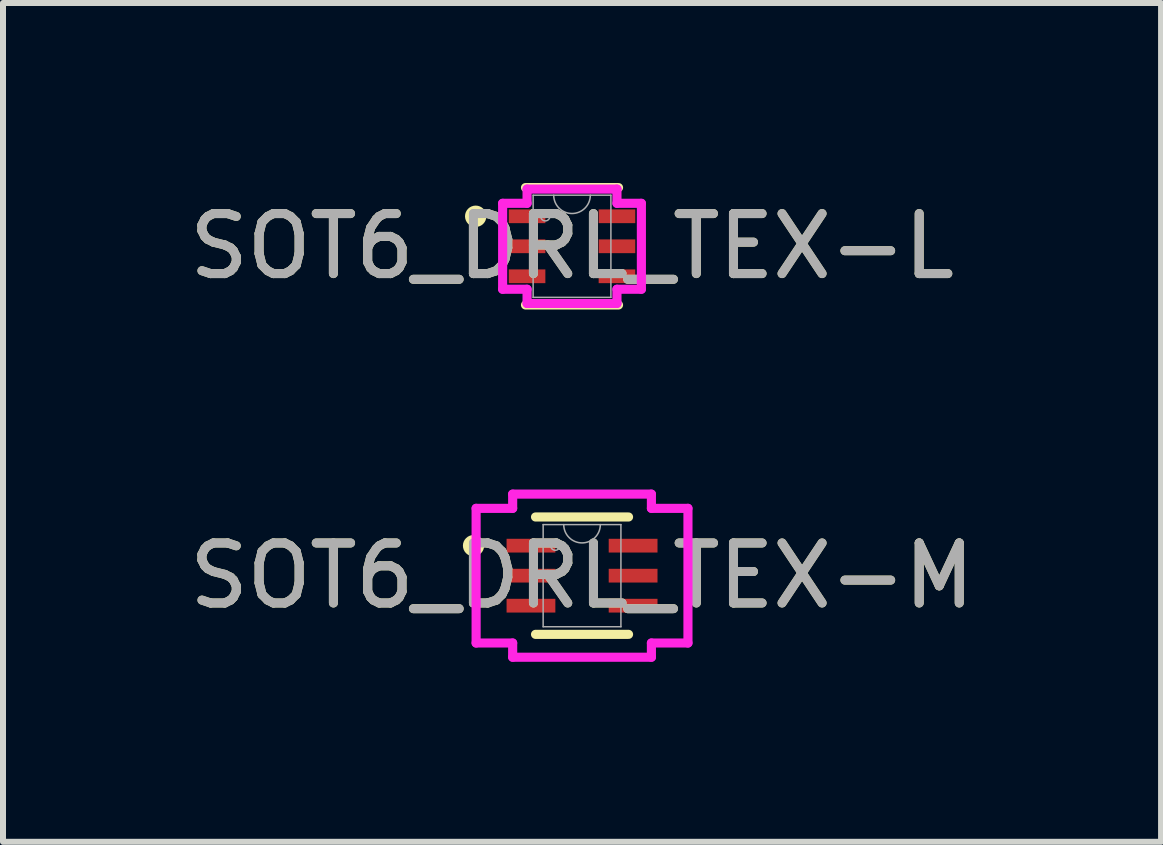
<source format=kicad_pcb>
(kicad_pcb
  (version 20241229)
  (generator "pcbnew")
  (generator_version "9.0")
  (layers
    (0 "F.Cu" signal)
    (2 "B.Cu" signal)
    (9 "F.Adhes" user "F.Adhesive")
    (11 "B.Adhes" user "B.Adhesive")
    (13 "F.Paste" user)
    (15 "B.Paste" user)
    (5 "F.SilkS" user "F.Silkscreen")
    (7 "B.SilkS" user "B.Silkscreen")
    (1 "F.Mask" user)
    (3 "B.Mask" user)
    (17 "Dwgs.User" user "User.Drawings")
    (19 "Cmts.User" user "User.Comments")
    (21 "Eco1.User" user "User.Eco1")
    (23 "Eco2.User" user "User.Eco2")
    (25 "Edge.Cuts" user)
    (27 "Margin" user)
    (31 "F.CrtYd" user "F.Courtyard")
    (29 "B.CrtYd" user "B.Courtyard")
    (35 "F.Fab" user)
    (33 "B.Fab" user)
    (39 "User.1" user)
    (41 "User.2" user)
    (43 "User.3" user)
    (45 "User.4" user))
  (footprint "SOT6_DRL_TEX-L"
    (layer "F.Cu")
    (at 6.482 1.054)
    (property "Reference" "SOT6_DRL_TEX-L" (at 0 0 0) (unlocked yes) (layer "F.SilkS") (effects (font (size 1 1) (thickness 0.15))))
    (attr smd)
    (fp_line (start -0.775 0.978) (end 0.775 0.978) (stroke (width 0.152) (type solid)) (layer "F.SilkS"))
    (fp_line (start 0.775 -0.978) (end -0.775 -0.978) (stroke (width 0.152) (type solid)) (layer "F.SilkS"))
    (fp_circle (center -1.605 -0.5) (end -1.503 -0.5) (stroke (width 0.152) (type solid)) (fill no) (layer "F.SilkS"))
    (fp_line (start -1.156 -0.716) (end -0.749 -0.716) (stroke (width 0.152) (type solid)) (layer "F.CrtYd"))
    (fp_line (start -1.156 0.716) (end -1.156 -0.716) (stroke (width 0.152) (type solid)) (layer "F.CrtYd"))
    (fp_line (start -1.156 0.716) (end -0.749 0.716) (stroke (width 0.152) (type solid)) (layer "F.CrtYd"))
    (fp_line (start -0.749 -0.953) (end 0.749 -0.953) (stroke (width 0.152) (type solid)) (layer "F.CrtYd"))
    (fp_line (start -0.749 -0.716) (end -0.749 -0.953) (stroke (width 0.152) (type solid)) (layer "F.CrtYd"))
    (fp_line (start -0.749 0.953) (end -0.749 0.716) (stroke (width 0.152) (type solid)) (layer "F.CrtYd"))
    (fp_line (start 0.749 -0.953) (end 0.749 -0.716) (stroke (width 0.152) (type solid)) (layer "F.CrtYd"))
    (fp_line (start 0.749 0.716) (end 0.749 0.953) (stroke (width 0.152) (type solid)) (layer "F.CrtYd"))
    (fp_line (start 0.749 0.953) (end -0.749 0.953) (stroke (width 0.152) (type solid)) (layer "F.CrtYd"))
    (fp_line (start 1.156 -0.716) (end 0.749 -0.716) (stroke (width 0.152) (type solid)) (layer "F.CrtYd"))
    (fp_line (start 1.156 -0.716) (end 1.156 0.716) (stroke (width 0.152) (type solid)) (layer "F.CrtYd"))
    (fp_line (start 1.156 0.716) (end 0.749 0.716) (stroke (width 0.152) (type solid)) (layer "F.CrtYd"))
    (fp_line (start -0.648 -0.851) (end -0.648 0.851) (stroke (width 0.025) (type solid)) (layer "F.Fab"))
    (fp_line (start -0.648 0.851) (end 0.648 0.851) (stroke (width 0.025) (type solid)) (layer "F.Fab"))
    (fp_line (start 0.648 -0.851) (end -0.648 -0.851) (stroke (width 0.025) (type solid)) (layer "F.Fab"))
    (fp_line (start 0.648 0.851) (end 0.648 -0.851) (stroke (width 0.025) (type solid)) (layer "F.Fab"))
    (fp_arc (start 0.3048 -0.8509) (mid 0 -0.5461) (end -0.3048 -0.8509) (stroke (width 0.0254) (type solid)) (layer "F.Fab"))
    (fp_circle (center -0.445 -0.5) (end -0.368 -0.5) (stroke (width 0.025) (type solid)) (fill no) (layer "F.Fab"))
    (fp_text user "${REFERENCE}" (at 0 0 0) (unlocked yes) (layer "F.Fab") (effects (font (size 1 1) (thickness 0.15))))
    (pad "1" smd rect (at -0.749 -0.5) (size 0.61 0.229) (layers "F.Cu" "F.Mask" "F.Paste"))
    (pad "2" smd rect (at -0.749 0) (size 0.61 0.229) (layers "F.Cu" "F.Mask" "F.Paste"))
    (pad "3" smd rect (at -0.749 0.5) (size 0.61 0.229) (layers "F.Cu" "F.Mask" "F.Paste"))
    (pad "4" smd rect (at 0.749 0.5) (size 0.61 0.229) (layers "F.Cu" "F.Mask" "F.Paste"))
    (pad "5" smd rect (at 0.749 0) (size 0.61 0.229) (layers "F.Cu" "F.Mask" "F.Paste"))
    (pad "6" smd rect (at 0.749 -0.5) (size 0.61 0.229) (layers "F.Cu" "F.Mask" "F.Paste")))
  (footprint "SOT6_DRL_TEX-M"
    (layer "F.Cu")
    (at 6.649 6.543)
    (property "Reference" "SOT6_DRL_TEX-M" (at 0 0 0) (unlocked yes) (layer "F.SilkS") (effects (font (size 1 1) (thickness 0.15))))
    (attr smd)
    (fp_line (start -0.775 0.978) (end 0.775 0.978) (stroke (width 0.152) (type solid)) (layer "F.SilkS"))
    (fp_line (start 0.775 -0.978) (end -0.775 -0.978) (stroke (width 0.152) (type solid)) (layer "F.SilkS"))
    (fp_circle (center -1.808 -0.5) (end -1.707 -0.5) (stroke (width 0.152) (type solid)) (fill no) (layer "F.SilkS"))
    (fp_line (start -1.765 -1.122) (end -1.156 -1.122) (stroke (width 0.152) (type solid)) (layer "F.CrtYd"))
    (fp_line (start -1.765 1.122) (end -1.765 -1.122) (stroke (width 0.152) (type solid)) (layer "F.CrtYd"))
    (fp_line (start -1.765 1.122) (end -1.156 1.122) (stroke (width 0.152) (type solid)) (layer "F.CrtYd"))
    (fp_line (start -1.156 -1.359) (end 1.156 -1.359) (stroke (width 0.152) (type solid)) (layer "F.CrtYd"))
    (fp_line (start -1.156 -1.122) (end -1.156 -1.359) (stroke (width 0.152) (type solid)) (layer "F.CrtYd"))
    (fp_line (start -1.156 1.359) (end -1.156 1.122) (stroke (width 0.152) (type solid)) (layer "F.CrtYd"))
    (fp_line (start 1.156 -1.359) (end 1.156 -1.122) (stroke (width 0.152) (type solid)) (layer "F.CrtYd"))
    (fp_line (start 1.156 1.122) (end 1.156 1.359) (stroke (width 0.152) (type solid)) (layer "F.CrtYd"))
    (fp_line (start 1.156 1.359) (end -1.156 1.359) (stroke (width 0.152) (type solid)) (layer "F.CrtYd"))
    (fp_line (start 1.765 -1.122) (end 1.156 -1.122) (stroke (width 0.152) (type solid)) (layer "F.CrtYd"))
    (fp_line (start 1.765 -1.122) (end 1.765 1.122) (stroke (width 0.152) (type solid)) (layer "F.CrtYd"))
    (fp_line (start 1.765 1.122) (end 1.156 1.122) (stroke (width 0.152) (type solid)) (layer "F.CrtYd"))
    (fp_line (start -0.648 -0.851) (end -0.648 0.851) (stroke (width 0.025) (type solid)) (layer "F.Fab"))
    (fp_line (start -0.648 0.851) (end 0.648 0.851) (stroke (width 0.025) (type solid)) (layer "F.Fab"))
    (fp_line (start 0.648 -0.851) (end -0.648 -0.851) (stroke (width 0.025) (type solid)) (layer "F.Fab"))
    (fp_line (start 0.648 0.851) (end 0.648 -0.851) (stroke (width 0.025) (type solid)) (layer "F.Fab"))
    (fp_arc (start 0.3048 -0.8509) (mid 0 -0.5461) (end -0.3048 -0.8509) (stroke (width 0.0254) (type solid)) (layer "F.Fab"))
    (fp_circle (center -0.445 -0.5) (end -0.368 -0.5) (stroke (width 0.025) (type solid)) (fill no) (layer "F.Fab"))
    (fp_text user "${REFERENCE}" (at 0 0 0) (unlocked yes) (layer "F.Fab") (effects (font (size 1 1) (thickness 0.15))))
    (pad "1" smd rect (at -0.851 -0.5) (size 0.813 0.229) (layers "F.Cu" "F.Mask" "F.Paste"))
    (pad "2" smd rect (at -0.851 0) (size 0.813 0.229) (layers "F.Cu" "F.Mask" "F.Paste"))
    (pad "3" smd rect (at -0.851 0.5) (size 0.813 0.229) (layers "F.Cu" "F.Mask" "F.Paste"))
    (pad "4" smd rect (at 0.851 0.5) (size 0.813 0.229) (layers "F.Cu" "F.Mask" "F.Paste"))
    (pad "5" smd rect (at 0.851 0) (size 0.813 0.229) (layers "F.Cu" "F.Mask" "F.Paste"))
    (pad "6" smd rect (at 0.851 -0.5) (size 0.813 0.229) (layers "F.Cu" "F.Mask" "F.Paste")))
  (gr_rect
    (start -3 -3)
    (end 16.298 10.978)
    (stroke (width 0.1) (type default))
    (fill no)
    (layer "Edge.Cuts")))
</source>
